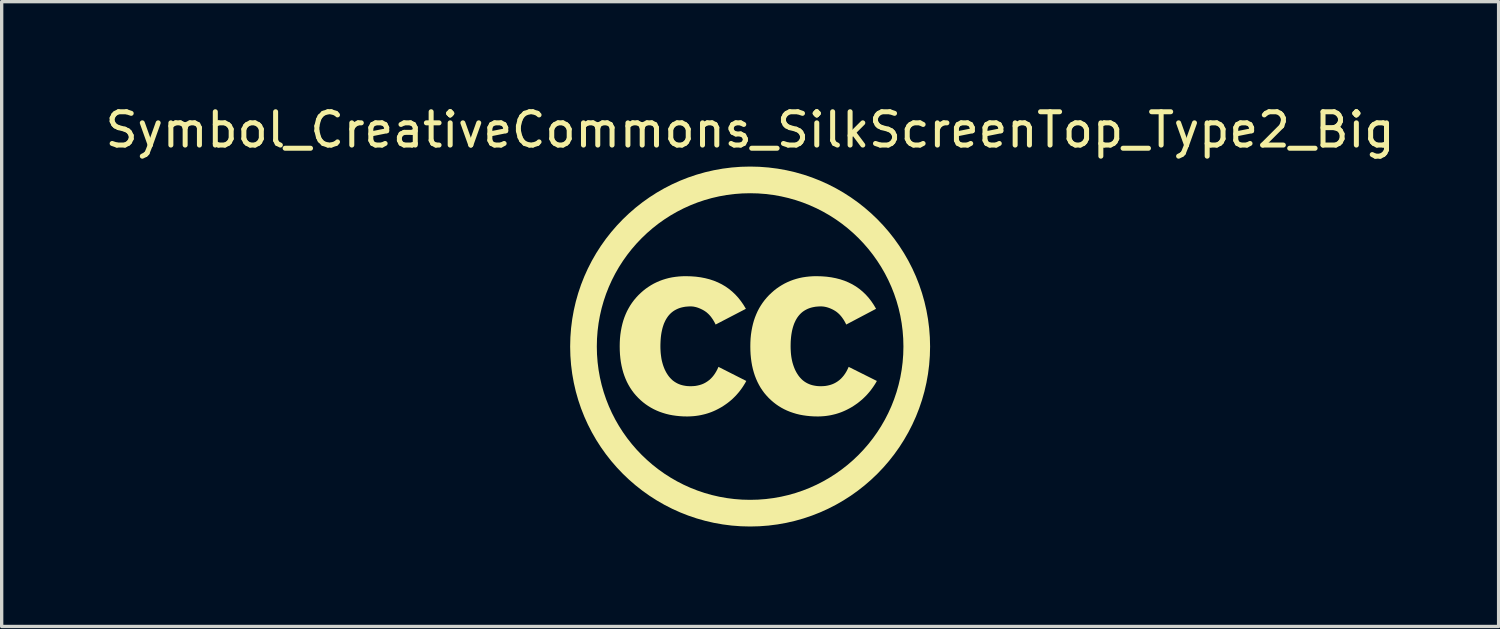
<source format=kicad_pcb>
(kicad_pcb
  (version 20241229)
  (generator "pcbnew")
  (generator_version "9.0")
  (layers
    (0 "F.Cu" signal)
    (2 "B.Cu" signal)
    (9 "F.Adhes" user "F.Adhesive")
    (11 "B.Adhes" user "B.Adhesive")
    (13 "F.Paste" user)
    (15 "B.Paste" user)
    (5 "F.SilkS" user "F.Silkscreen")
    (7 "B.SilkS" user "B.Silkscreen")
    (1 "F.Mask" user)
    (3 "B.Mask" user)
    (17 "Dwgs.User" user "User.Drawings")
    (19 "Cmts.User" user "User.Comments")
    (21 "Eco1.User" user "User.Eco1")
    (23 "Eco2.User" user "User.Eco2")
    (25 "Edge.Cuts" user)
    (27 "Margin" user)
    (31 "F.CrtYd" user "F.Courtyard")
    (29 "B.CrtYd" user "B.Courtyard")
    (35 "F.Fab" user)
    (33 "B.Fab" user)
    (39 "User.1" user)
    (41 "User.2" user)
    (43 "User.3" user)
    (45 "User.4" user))
  (footprint "Symbol_CreativeCommons_SilkScreenTop_Type2_Big"
    (layer "F.Cu")
    (at 19.458 7.348)
    (property "Reference" "Symbol_CreativeCommons_SilkScreenTop_Type2_Big" (at 0 -6.5 0) (layer "F.SilkS") (effects (font (size 1 1) (thickness 0.15))))
    (attr exclude_from_pos_files exclude_from_bom allow_missing_courtyard)
    (fp_circle (center 0 0) (end 5 0) (stroke (width 0.8) (type default)) (fill no) (layer "F.SilkS"))
    (fp_poly (pts (xy -1.775 -2.107) (xy -1.626 -2.096) (xy -1.483 -2.077) (xy -1.345 -2.05) (xy -1.213 -2.016) (xy -1.086 -1.974) (xy -0.965 -1.924) (xy -0.85 -1.867) (xy -0.74 -1.802) (xy -0.636 -1.729) (xy -0.537 -1.648) (xy -0.444 -1.56) (xy -0.357 -1.465) (xy -0.275 -1.361) (xy -0.198 -1.25) (xy -0.127 -1.132) (xy -0.127 -1.132) (xy -1.035 -0.66) (xy -1.053 -0.697) (xy -1.072 -0.733) (xy -1.092 -0.767) (xy -1.111 -0.8) (xy -1.132 -0.831) (xy -1.153 -0.861) (xy -1.174 -0.89) (xy -1.196 -0.917) (xy -1.219 -0.943) (xy -1.242 -0.967) (xy -1.266 -0.99) (xy -1.29 -1.011) (xy -1.314 -1.032) (xy -1.34 -1.05) (xy -1.365 -1.067) (xy -1.391 -1.083) (xy -1.418 -1.098) (xy -1.444 -1.112) (xy -1.47 -1.124) (xy -1.495 -1.136) (xy -1.521 -1.147) (xy -1.546 -1.157) (xy -1.571 -1.166) (xy -1.596 -1.174) (xy -1.62 -1.181) (xy -1.644 -1.187) (xy -1.668 -1.192) (xy -1.692 -1.197) (xy -1.715 -1.2) (xy -1.739 -1.202) (xy -1.762 -1.204) (xy -1.785 -1.204) (xy -1.84 -1.203) (xy -1.894 -1.199) (xy -1.947 -1.194) (xy -1.997 -1.185) (xy -2.046 -1.175) (xy -2.093 -1.162) (xy -2.138 -1.147) (xy -2.181 -1.129) (xy -2.223 -1.109) (xy -2.263 -1.087) (xy -2.301 -1.063) (xy -2.337 -1.036) (xy -2.372 -1.007) (xy -2.405 -0.975) (xy -2.436 -0.941) (xy -2.465 -0.905) (xy -2.492 -0.866) (xy -2.518 -0.825) (xy -2.542 -0.782) (xy -2.564 -0.736) (xy -2.585 -0.689) (xy -2.603 -0.638) (xy -2.62 -0.586) (xy -2.635 -0.531) (xy -2.648 -0.473) (xy -2.66 -0.414) (xy -2.67 -0.352) (xy -2.678 -0.287) (xy -2.684 -0.221) (xy -2.688 -0.152) (xy -2.691 -0.08) (xy -2.692 -0.007) (xy -2.691 0.06) (xy -2.688 0.126) (xy -2.684 0.19) (xy -2.677 0.252) (xy -2.669 0.312) (xy -2.66 0.371) (xy -2.648 0.428) (xy -2.634 0.483) (xy -2.619 0.536) (xy -2.602 0.588) (xy -2.583 0.638) (xy -2.563 0.687) (xy -2.54 0.734) (xy -2.516 0.779) (xy -2.49 0.822) (xy -2.462 0.864) (xy -2.433 0.903) (xy -2.401 0.94) (xy -2.368 0.975) (xy -2.334 1.007) (xy -2.316 1.022) (xy -2.297 1.036) (xy -2.278 1.05) (xy -2.259 1.063) (xy -2.239 1.075) (xy -2.219 1.087) (xy -2.199 1.098) (xy -2.178 1.109) (xy -2.135 1.128) (xy -2.09 1.145) (xy -2.043 1.159) (xy -1.995 1.17) (xy -1.945 1.179) (xy -1.893 1.186) (xy -1.84 1.189) (xy -1.785 1.191) (xy -1.712 1.188) (xy -1.642 1.182) (xy -1.575 1.17) (xy -1.51 1.154) (xy -1.448 1.134) (xy -1.389 1.109) (xy -1.333 1.079) (xy -1.28 1.045) (xy -1.229 1.007) (xy -1.181 0.964) (xy -1.135 0.916) (xy -1.093 0.864) (xy -1.053 0.807) (xy -1.016 0.746) (xy -0.981 0.68) (xy -0.95 0.61) (xy -0.115 1.033) (xy -0.149 1.095) (xy -0.185 1.154) (xy -0.222 1.212) (xy -0.261 1.268) (xy -0.302 1.323) (xy -0.344 1.376) (xy -0.388 1.427) (xy -0.433 1.477) (xy -0.48 1.524) (xy -0.528 1.571) (xy -0.578 1.615) (xy -0.63 1.658) (xy -0.684 1.7) (xy -0.739 1.739) (xy -0.795 1.777) (xy -0.853 1.814) (xy -0.913 1.848) (xy -0.973 1.88) (xy -1.033 1.91) (xy -1.095 1.938) (xy -1.157 1.964) (xy -1.22 1.987) (xy -1.284 2.008) (xy -1.349 2.027) (xy -1.414 2.043) (xy -1.481 2.058) (xy -1.547 2.07) (xy -1.615 2.08) (xy -1.684 2.088) (xy -1.753 2.093) (xy -1.823 2.097) (xy -1.893 2.098) (xy -2.005 2.096) (xy -2.115 2.089) (xy -2.221 2.078) (xy -2.325 2.063) (xy -2.426 2.044) (xy -2.524 2.02) (xy -2.62 1.991) (xy -2.713 1.959) (xy -2.803 1.922) (xy -2.89 1.881) (xy -2.975 1.835) (xy -3.057 1.785) (xy -3.136 1.731) (xy -3.213 1.672) (xy -3.286 1.609) (xy -3.357 1.541) (xy -3.424 1.47) (xy -3.487 1.396) (xy -3.546 1.317) (xy -3.6 1.236) (xy -3.65 1.151) (xy -3.696 1.063) (xy -3.737 0.971) (xy -3.774 0.876) (xy -3.807 0.778) (xy -3.835 0.676) (xy -3.859 0.571) (xy -3.879 0.462) (xy -3.894 0.35) (xy -3.905 0.235) (xy -3.911 0.116) (xy -3.913 -0.007) (xy -3.911 -0.126) (xy -3.905 -0.242) (xy -3.894 -0.355) (xy -3.878 -0.465) (xy -3.858 -0.572) (xy -3.834 -0.676) (xy -3.806 -0.777) (xy -3.773 -0.874) (xy -3.735 -0.969) (xy -3.694 -1.06) (xy -3.647 -1.148) (xy -3.597 -1.233) (xy -3.542 -1.315) (xy -3.483 -1.394) (xy -3.419 -1.47) (xy -3.351 -1.543) (xy -3.28 -1.611) (xy -3.206 -1.676) (xy -3.13 -1.736) (xy -3.051 -1.791) (xy -2.971 -1.842) (xy -2.888 -1.889) (xy -2.802 -1.931) (xy -2.714 -1.969) (xy -2.625 -2.002) (xy -2.532 -2.031) (xy -2.438 -2.056) (xy -2.341 -2.076) (xy -2.241 -2.091) (xy -2.14 -2.102) (xy -2.036 -2.109) (xy -1.93 -2.111)) (stroke (width 0) (type solid)) (fill yes) (layer "F.SilkS"))
    (fp_poly (pts (xy 2.144 -2.107) (xy 2.292 -2.096) (xy 2.435 -2.077) (xy 2.573 -2.05) (xy 2.705 -2.016) (xy 2.831 -1.974) (xy 2.951 -1.924) (xy 3.066 -1.867) (xy 3.175 -1.802) (xy 3.278 -1.729) (xy 3.376 -1.648) (xy 3.468 -1.56) (xy 3.554 -1.465) (xy 3.635 -1.361) (xy 3.71 -1.25) (xy 3.779 -1.132) (xy 3.779 -1.132) (xy 2.884 -0.66) (xy 2.866 -0.697) (xy 2.847 -0.733) (xy 2.828 -0.767) (xy 2.808 -0.8) (xy 2.787 -0.831) (xy 2.766 -0.861) (xy 2.745 -0.89) (xy 2.722 -0.917) (xy 2.7 -0.943) (xy 2.677 -0.967) (xy 2.653 -0.99) (xy 2.629 -1.011) (xy 2.604 -1.032) (xy 2.579 -1.05) (xy 2.554 -1.067) (xy 2.527 -1.083) (xy 2.501 -1.098) (xy 2.475 -1.112) (xy 2.449 -1.124) (xy 2.423 -1.136) (xy 2.397 -1.147) (xy 2.371 -1.157) (xy 2.345 -1.166) (xy 2.32 -1.174) (xy 2.295 -1.181) (xy 2.27 -1.187) (xy 2.245 -1.192) (xy 2.22 -1.197) (xy 2.195 -1.2) (xy 2.171 -1.202) (xy 2.146 -1.204) (xy 2.122 -1.204) (xy 2.067 -1.203) (xy 2.012 -1.199) (xy 1.96 -1.194) (xy 1.91 -1.185) (xy 1.861 -1.175) (xy 1.814 -1.162) (xy 1.769 -1.147) (xy 1.725 -1.129) (xy 1.684 -1.109) (xy 1.644 -1.087) (xy 1.606 -1.063) (xy 1.569 -1.036) (xy 1.535 -1.007) (xy 1.502 -0.975) (xy 1.471 -0.941) (xy 1.442 -0.905) (xy 1.414 -0.866) (xy 1.389 -0.825) (xy 1.365 -0.782) (xy 1.343 -0.736) (xy 1.322 -0.689) (xy 1.304 -0.638) (xy 1.287 -0.586) (xy 1.272 -0.531) (xy 1.258 -0.473) (xy 1.247 -0.414) (xy 1.237 -0.352) (xy 1.229 -0.287) (xy 1.223 -0.221) (xy 1.218 -0.152) (xy 1.216 -0.08) (xy 1.215 -0.007) (xy 1.216 0.06) (xy 1.219 0.126) (xy 1.223 0.19) (xy 1.229 0.252) (xy 1.237 0.312) (xy 1.247 0.371) (xy 1.259 0.428) (xy 1.272 0.483) (xy 1.288 0.536) (xy 1.305 0.588) (xy 1.324 0.638) (xy 1.344 0.687) (xy 1.367 0.734) (xy 1.391 0.779) (xy 1.417 0.822) (xy 1.445 0.864) (xy 1.474 0.903) (xy 1.506 0.94) (xy 1.539 0.975) (xy 1.556 0.991) (xy 1.573 1.007) (xy 1.591 1.022) (xy 1.61 1.036) (xy 1.628 1.05) (xy 1.648 1.063) (xy 1.667 1.075) (xy 1.687 1.087) (xy 1.708 1.098) (xy 1.729 1.109) (xy 1.772 1.128) (xy 1.817 1.145) (xy 1.864 1.159) (xy 1.912 1.17) (xy 1.962 1.179) (xy 2.014 1.186) (xy 2.067 1.189) (xy 2.122 1.191) (xy 2.195 1.188) (xy 2.265 1.182) (xy 2.332 1.17) (xy 2.397 1.154) (xy 2.458 1.134) (xy 2.517 1.109) (xy 2.574 1.079) (xy 2.627 1.045) (xy 2.678 1.007) (xy 2.726 0.964) (xy 2.771 0.916) (xy 2.814 0.864) (xy 2.854 0.807) (xy 2.891 0.746) (xy 2.925 0.68) (xy 2.957 0.61) (xy 3.803 1.033) (xy 3.768 1.095) (xy 3.731 1.154) (xy 3.692 1.212) (xy 3.652 1.268) (xy 3.611 1.323) (xy 3.567 1.376) (xy 3.523 1.427) (xy 3.477 1.477) (xy 3.429 1.524) (xy 3.38 1.571) (xy 3.329 1.615) (xy 3.277 1.658) (xy 3.224 1.7) (xy 3.168 1.739) (xy 3.112 1.777) (xy 3.054 1.814) (xy 2.994 1.848) (xy 2.934 1.88) (xy 2.874 1.91) (xy 2.812 1.938) (xy 2.751 1.964) (xy 2.688 1.987) (xy 2.625 2.008) (xy 2.561 2.027) (xy 2.496 2.043) (xy 2.431 2.058) (xy 2.365 2.07) (xy 2.298 2.08) (xy 2.231 2.088) (xy 2.163 2.093) (xy 2.095 2.097) (xy 2.026 2.098) (xy 1.912 2.096) (xy 1.802 2.089) (xy 1.694 2.078) (xy 1.589 2.063) (xy 1.487 2.044) (xy 1.388 2.02) (xy 1.292 1.991) (xy 1.199 1.959) (xy 1.108 1.922) (xy 1.021 1.881) (xy 0.936 1.835) (xy 0.854 1.785) (xy 0.776 1.731) (xy 0.7 1.672) (xy 0.627 1.609) (xy 0.556 1.541) (xy 0.49 1.47) (xy 0.427 1.396) (xy 0.369 1.317) (xy 0.315 1.236) (xy 0.266 1.151) (xy 0.221 1.063) (xy 0.18 0.971) (xy 0.143 0.876) (xy 0.111 0.778) (xy 0.083 0.676) (xy 0.059 0.571) (xy 0.04 0.462) (xy 0.025 0.35) (xy 0.014 0.235) (xy 0.008 0.116) (xy 0.006 -0.007) (xy 0.008 -0.126) (xy 0.014 -0.242) (xy 0.025 -0.355) (xy 0.041 -0.465) (xy 0.061 -0.572) (xy 0.085 -0.676) (xy 0.113 -0.777) (xy 0.146 -0.874) (xy 0.184 -0.969) (xy 0.225 -1.06) (xy 0.271 -1.148) (xy 0.322 -1.233) (xy 0.377 -1.315) (xy 0.436 -1.394) (xy 0.5 -1.47) (xy 0.568 -1.543) (xy 0.64 -1.611) (xy 0.713 -1.676) (xy 0.789 -1.736) (xy 0.868 -1.791) (xy 0.949 -1.842) (xy 1.032 -1.889) (xy 1.117 -1.931) (xy 1.205 -1.969) (xy 1.294 -2.002) (xy 1.387 -2.031) (xy 1.481 -2.056) (xy 1.578 -2.076) (xy 1.678 -2.091) (xy 1.779 -2.102) (xy 1.883 -2.109) (xy 1.989 -2.111)) (stroke (width 0) (type solid)) (fill yes) (layer "F.SilkS")))
  (gr_rect
    (start -3 -3)
    (end 41.917 15.748)
    (stroke (width 0.1) (type default))
    (fill no)
    (layer "Edge.Cuts")))
</source>
